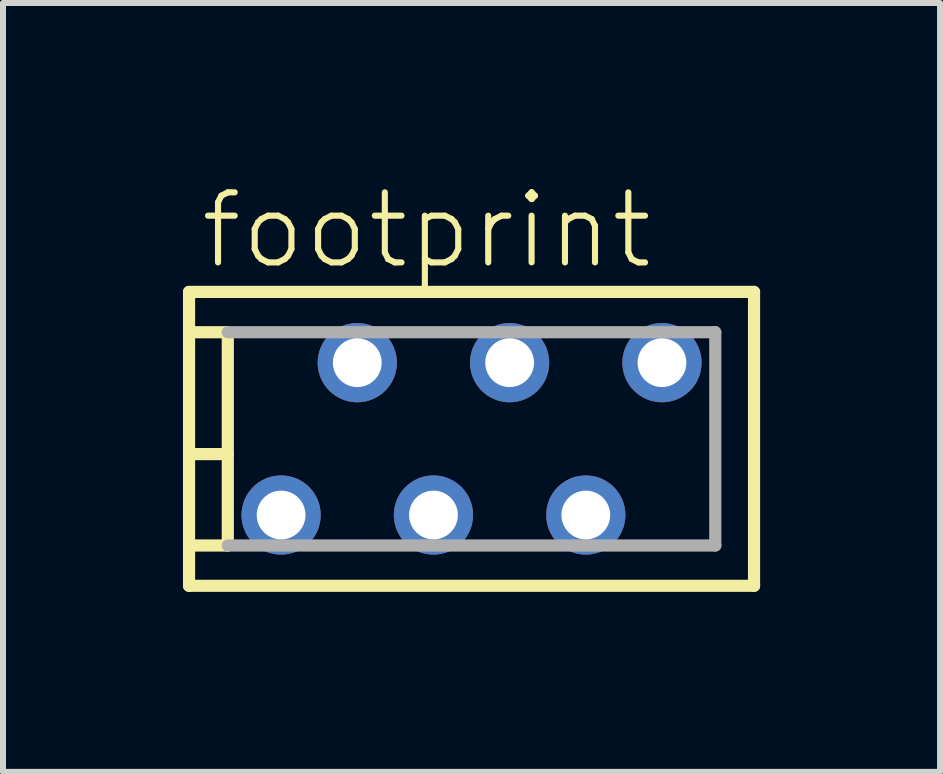
<source format=kicad_pcb>
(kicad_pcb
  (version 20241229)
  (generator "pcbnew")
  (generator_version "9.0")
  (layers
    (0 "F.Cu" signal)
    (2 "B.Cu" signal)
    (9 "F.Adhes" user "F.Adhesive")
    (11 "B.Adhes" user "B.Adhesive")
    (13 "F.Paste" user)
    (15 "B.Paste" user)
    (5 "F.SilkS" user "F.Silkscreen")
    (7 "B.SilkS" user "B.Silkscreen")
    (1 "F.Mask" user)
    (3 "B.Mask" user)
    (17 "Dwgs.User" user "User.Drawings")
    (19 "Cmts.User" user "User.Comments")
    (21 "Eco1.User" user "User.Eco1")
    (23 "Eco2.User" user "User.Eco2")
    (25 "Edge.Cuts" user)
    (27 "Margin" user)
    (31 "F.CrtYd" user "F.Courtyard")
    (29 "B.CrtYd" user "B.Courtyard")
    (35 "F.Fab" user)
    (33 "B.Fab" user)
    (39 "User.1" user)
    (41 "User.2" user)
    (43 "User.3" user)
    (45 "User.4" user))
  (footprint "footprint"
    (layer "F.Cu")
    (at 4.812 4.267)
    (property "Reference" "footprint" (at -4.572 -2.794 0) (layer "F.SilkS") (effects (font (size 1.168 1.168) (thickness 0.102)) (justify left bottom)))
    (fp_line (start -4.71 -2.45) (end -4.71 1.778) (stroke (width 0.203) (type solid)) (layer "F.SilkS"))
    (fp_line (start -4.71 1.778) (end -4.71 2.45) (stroke (width 0.203) (type solid)) (layer "F.SilkS"))
    (fp_line (start -4.71 2.45) (end 4.71 2.45) (stroke (width 0.203) (type solid)) (layer "F.SilkS"))
    (fp_line (start -4.699 -1.778) (end -4.064 -1.778) (stroke (width 0.203) (type solid)) (layer "F.SilkS"))
    (fp_line (start -4.699 0.254) (end -4.064 0.254) (stroke (width 0.203) (type solid)) (layer "F.SilkS"))
    (fp_line (start -4.064 -1.778) (end -4.064 0.254) (stroke (width 0.203) (type solid)) (layer "F.SilkS"))
    (fp_line (start -4.064 0.254) (end -4.064 1.778) (stroke (width 0.203) (type solid)) (layer "F.SilkS"))
    (fp_line (start -4.064 1.778) (end -4.71 1.778) (stroke (width 0.203) (type solid)) (layer "F.SilkS"))
    (fp_line (start 4.71 -2.45) (end -4.71 -2.45) (stroke (width 0.203) (type solid)) (layer "F.SilkS"))
    (fp_line (start 4.71 2.45) (end 4.71 -2.45) (stroke (width 0.203) (type solid)) (layer "F.SilkS"))
    (fp_line (start -4.064 -1.778) (end 4.064 -1.778) (stroke (width 0.203) (type solid)) (layer "F.Fab"))
    (fp_line (start 4.064 -1.778) (end 4.064 1.778) (stroke (width 0.203) (type solid)) (layer "F.Fab"))
    (fp_line (start 4.064 1.778) (end -4.064 1.778) (stroke (width 0.203) (type solid)) (layer "F.Fab"))
    (pad "1" thru_hole circle (at 3.175 -1.27) (size 1.321 1.321) (drill 0.813) (layers "*.Cu" "*.Mask"))
    (pad "2" thru_hole circle (at 1.905 1.27) (size 1.321 1.321) (drill 0.813) (layers "*.Cu" "*.Mask"))
    (pad "3" thru_hole circle (at 0.635 -1.27) (size 1.321 1.321) (drill 0.813) (layers "*.Cu" "*.Mask"))
    (pad "4" thru_hole circle (at -0.635 1.27) (size 1.321 1.321) (drill 0.813) (layers "*.Cu" "*.Mask"))
    (pad "5" thru_hole circle (at -1.905 -1.27) (size 1.321 1.321) (drill 0.813) (layers "*.Cu" "*.Mask"))
    (pad "6" thru_hole circle (at -3.175 1.27) (size 1.321 1.321) (drill 0.813) (layers "*.Cu" "*.Mask")))
  (gr_rect
    (start -3 -3)
    (end 12.623 9.819)
    (stroke (width 0.1) (type default))
    (fill no)
    (layer "Edge.Cuts")))
</source>
